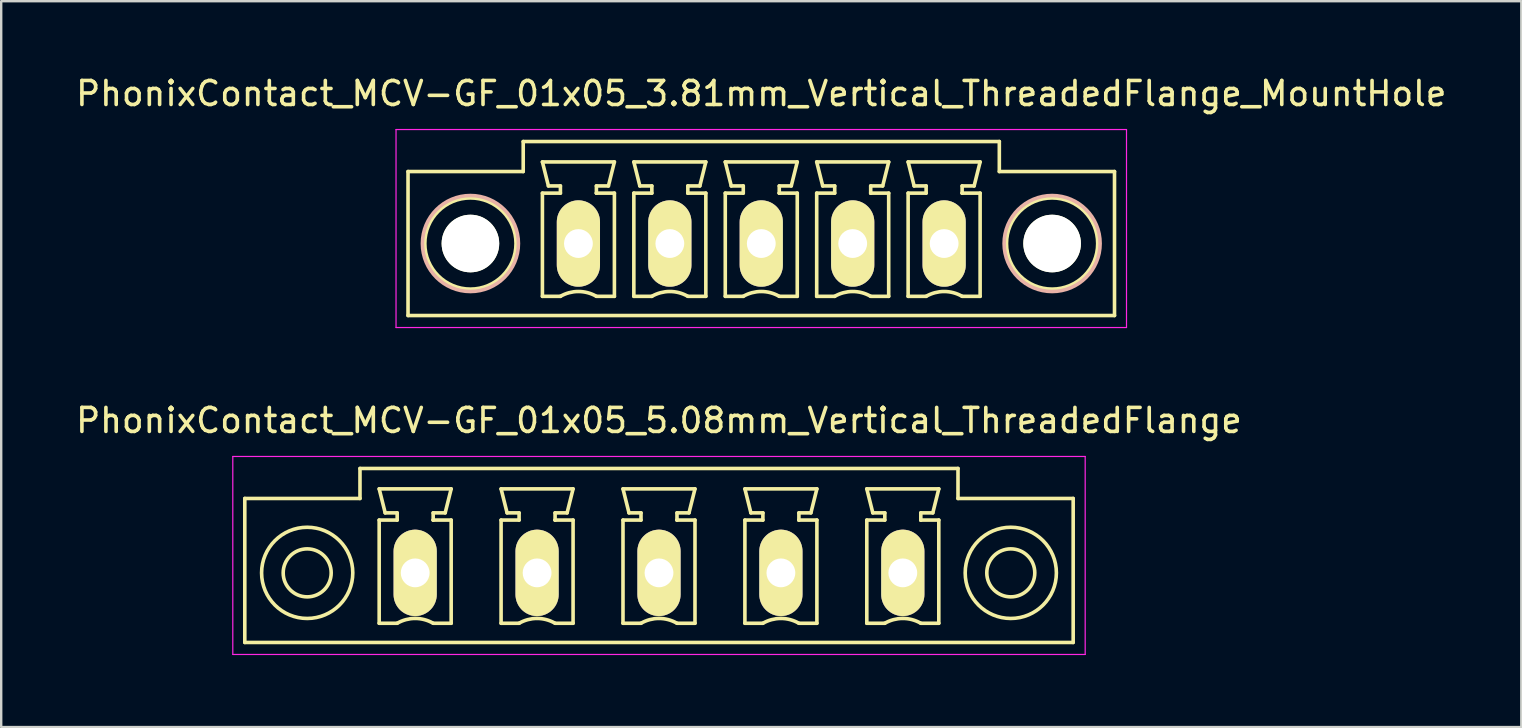
<source format=kicad_pcb>
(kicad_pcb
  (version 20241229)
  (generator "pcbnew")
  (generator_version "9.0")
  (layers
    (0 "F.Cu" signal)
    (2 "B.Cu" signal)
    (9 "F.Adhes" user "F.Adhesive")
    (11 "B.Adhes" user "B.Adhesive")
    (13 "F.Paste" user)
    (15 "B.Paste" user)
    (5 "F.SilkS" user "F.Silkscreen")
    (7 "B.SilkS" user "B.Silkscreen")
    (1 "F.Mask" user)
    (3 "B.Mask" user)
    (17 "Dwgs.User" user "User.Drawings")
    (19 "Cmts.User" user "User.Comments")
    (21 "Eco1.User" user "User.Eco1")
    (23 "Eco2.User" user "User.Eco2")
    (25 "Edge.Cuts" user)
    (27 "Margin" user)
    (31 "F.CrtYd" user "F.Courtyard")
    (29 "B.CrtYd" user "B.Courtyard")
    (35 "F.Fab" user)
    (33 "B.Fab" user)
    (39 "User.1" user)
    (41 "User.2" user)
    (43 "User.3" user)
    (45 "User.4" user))
  (footprint "PhonixContact_MCV-GF_01x05_3.81mm_Vertical_ThreadedFlange_MountHole"
    (layer "F.Cu")
    (at 21.053 7.098)
    (property "Reference" "PhonixContact_MCV-GF_01x05_3.81mm_Vertical_ThreadedFlange_MountHole" (at 7.62 -6.25 0) (layer "F.SilkS") (effects (font (size 1 1) (thickness 0.15))))
    (attr through_hole)
    (fp_line (start -7.1 -3) (end -7.1 3) (stroke (width 0.15) (type solid)) (layer "F.SilkS"))
    (fp_line (start -7.1 3) (end 22.34 3) (stroke (width 0.15) (type solid)) (layer "F.SilkS"))
    (fp_line (start -2.3 -4.25) (end -2.3 -3) (stroke (width 0.15) (type solid)) (layer "F.SilkS"))
    (fp_line (start -2.3 -3) (end -7.1 -3) (stroke (width 0.15) (type solid)) (layer "F.SilkS"))
    (fp_line (start -1.5 -3.4) (end 1.5 -3.4) (stroke (width 0.15) (type solid)) (layer "F.SilkS"))
    (fp_line (start -1.5 -2.1) (end -0.75 -2.1) (stroke (width 0.15) (type solid)) (layer "F.SilkS"))
    (fp_line (start -1.5 2.2) (end -1.5 -2.1) (stroke (width 0.15) (type solid)) (layer "F.SilkS"))
    (fp_line (start -1.25 -2.4) (end -1.5 -3.4) (stroke (width 0.15) (type solid)) (layer "F.SilkS"))
    (fp_line (start -0.75 -2.4) (end -1.25 -2.4) (stroke (width 0.15) (type solid)) (layer "F.SilkS"))
    (fp_line (start -0.75 -2.1) (end -0.75 -2.4) (stroke (width 0.15) (type solid)) (layer "F.SilkS"))
    (fp_line (start -0.75 2.2) (end -1.5 2.2) (stroke (width 0.15) (type solid)) (layer "F.SilkS"))
    (fp_line (start 0.75 -2.4) (end 0.75 -2.1) (stroke (width 0.15) (type solid)) (layer "F.SilkS"))
    (fp_line (start 0.75 -2.1) (end 0.75 -2.1) (stroke (width 0.15) (type solid)) (layer "F.SilkS"))
    (fp_line (start 0.75 -2.1) (end 1.5 -2.1) (stroke (width 0.15) (type solid)) (layer "F.SilkS"))
    (fp_line (start 1.25 -2.4) (end 0.75 -2.4) (stroke (width 0.15) (type solid)) (layer "F.SilkS"))
    (fp_line (start 1.5 -3.4) (end 1.25 -2.4) (stroke (width 0.15) (type solid)) (layer "F.SilkS"))
    (fp_line (start 1.5 -2.1) (end 1.5 2.2) (stroke (width 0.15) (type solid)) (layer "F.SilkS"))
    (fp_line (start 1.5 2.2) (end 0.75 2.2) (stroke (width 0.15) (type solid)) (layer "F.SilkS"))
    (fp_line (start 2.31 -3.4) (end 5.31 -3.4) (stroke (width 0.15) (type solid)) (layer "F.SilkS"))
    (fp_line (start 2.31 -2.1) (end 3.06 -2.1) (stroke (width 0.15) (type solid)) (layer "F.SilkS"))
    (fp_line (start 2.31 2.2) (end 2.31 -2.1) (stroke (width 0.15) (type solid)) (layer "F.SilkS"))
    (fp_line (start 2.56 -2.4) (end 2.31 -3.4) (stroke (width 0.15) (type solid)) (layer "F.SilkS"))
    (fp_line (start 3.06 -2.4) (end 2.56 -2.4) (stroke (width 0.15) (type solid)) (layer "F.SilkS"))
    (fp_line (start 3.06 -2.1) (end 3.06 -2.4) (stroke (width 0.15) (type solid)) (layer "F.SilkS"))
    (fp_line (start 3.06 2.2) (end 2.31 2.2) (stroke (width 0.15) (type solid)) (layer "F.SilkS"))
    (fp_line (start 4.56 -2.4) (end 4.56 -2.1) (stroke (width 0.15) (type solid)) (layer "F.SilkS"))
    (fp_line (start 4.56 -2.1) (end 4.56 -2.1) (stroke (width 0.15) (type solid)) (layer "F.SilkS"))
    (fp_line (start 4.56 -2.1) (end 5.31 -2.1) (stroke (width 0.15) (type solid)) (layer "F.SilkS"))
    (fp_line (start 5.06 -2.4) (end 4.56 -2.4) (stroke (width 0.15) (type solid)) (layer "F.SilkS"))
    (fp_line (start 5.31 -3.4) (end 5.06 -2.4) (stroke (width 0.15) (type solid)) (layer "F.SilkS"))
    (fp_line (start 5.31 -2.1) (end 5.31 2.2) (stroke (width 0.15) (type solid)) (layer "F.SilkS"))
    (fp_line (start 5.31 2.2) (end 4.56 2.2) (stroke (width 0.15) (type solid)) (layer "F.SilkS"))
    (fp_line (start 6.12 -3.4) (end 9.12 -3.4) (stroke (width 0.15) (type solid)) (layer "F.SilkS"))
    (fp_line (start 6.12 -2.1) (end 6.87 -2.1) (stroke (width 0.15) (type solid)) (layer "F.SilkS"))
    (fp_line (start 6.12 2.2) (end 6.12 -2.1) (stroke (width 0.15) (type solid)) (layer "F.SilkS"))
    (fp_line (start 6.37 -2.4) (end 6.12 -3.4) (stroke (width 0.15) (type solid)) (layer "F.SilkS"))
    (fp_line (start 6.87 -2.4) (end 6.37 -2.4) (stroke (width 0.15) (type solid)) (layer "F.SilkS"))
    (fp_line (start 6.87 -2.1) (end 6.87 -2.4) (stroke (width 0.15) (type solid)) (layer "F.SilkS"))
    (fp_line (start 6.87 2.2) (end 6.12 2.2) (stroke (width 0.15) (type solid)) (layer "F.SilkS"))
    (fp_line (start 8.37 -2.4) (end 8.37 -2.1) (stroke (width 0.15) (type solid)) (layer "F.SilkS"))
    (fp_line (start 8.37 -2.1) (end 8.37 -2.1) (stroke (width 0.15) (type solid)) (layer "F.SilkS"))
    (fp_line (start 8.37 -2.1) (end 9.12 -2.1) (stroke (width 0.15) (type solid)) (layer "F.SilkS"))
    (fp_line (start 8.87 -2.4) (end 8.37 -2.4) (stroke (width 0.15) (type solid)) (layer "F.SilkS"))
    (fp_line (start 9.12 -3.4) (end 8.87 -2.4) (stroke (width 0.15) (type solid)) (layer "F.SilkS"))
    (fp_line (start 9.12 -2.1) (end 9.12 2.2) (stroke (width 0.15) (type solid)) (layer "F.SilkS"))
    (fp_line (start 9.12 2.2) (end 8.37 2.2) (stroke (width 0.15) (type solid)) (layer "F.SilkS"))
    (fp_line (start 9.93 -3.4) (end 12.93 -3.4) (stroke (width 0.15) (type solid)) (layer "F.SilkS"))
    (fp_line (start 9.93 -2.1) (end 10.68 -2.1) (stroke (width 0.15) (type solid)) (layer "F.SilkS"))
    (fp_line (start 9.93 2.2) (end 9.93 -2.1) (stroke (width 0.15) (type solid)) (layer "F.SilkS"))
    (fp_line (start 10.18 -2.4) (end 9.93 -3.4) (stroke (width 0.15) (type solid)) (layer "F.SilkS"))
    (fp_line (start 10.68 -2.4) (end 10.18 -2.4) (stroke (width 0.15) (type solid)) (layer "F.SilkS"))
    (fp_line (start 10.68 -2.1) (end 10.68 -2.4) (stroke (width 0.15) (type solid)) (layer "F.SilkS"))
    (fp_line (start 10.68 2.2) (end 9.93 2.2) (stroke (width 0.15) (type solid)) (layer "F.SilkS"))
    (fp_line (start 12.18 -2.4) (end 12.18 -2.1) (stroke (width 0.15) (type solid)) (layer "F.SilkS"))
    (fp_line (start 12.18 -2.1) (end 12.18 -2.1) (stroke (width 0.15) (type solid)) (layer "F.SilkS"))
    (fp_line (start 12.18 -2.1) (end 12.93 -2.1) (stroke (width 0.15) (type solid)) (layer "F.SilkS"))
    (fp_line (start 12.68 -2.4) (end 12.18 -2.4) (stroke (width 0.15) (type solid)) (layer "F.SilkS"))
    (fp_line (start 12.93 -3.4) (end 12.68 -2.4) (stroke (width 0.15) (type solid)) (layer "F.SilkS"))
    (fp_line (start 12.93 -2.1) (end 12.93 2.2) (stroke (width 0.15) (type solid)) (layer "F.SilkS"))
    (fp_line (start 12.93 2.2) (end 12.18 2.2) (stroke (width 0.15) (type solid)) (layer "F.SilkS"))
    (fp_line (start 13.74 -3.4) (end 16.74 -3.4) (stroke (width 0.15) (type solid)) (layer "F.SilkS"))
    (fp_line (start 13.74 -2.1) (end 14.49 -2.1) (stroke (width 0.15) (type solid)) (layer "F.SilkS"))
    (fp_line (start 13.74 2.2) (end 13.74 -2.1) (stroke (width 0.15) (type solid)) (layer "F.SilkS"))
    (fp_line (start 13.99 -2.4) (end 13.74 -3.4) (stroke (width 0.15) (type solid)) (layer "F.SilkS"))
    (fp_line (start 14.49 -2.4) (end 13.99 -2.4) (stroke (width 0.15) (type solid)) (layer "F.SilkS"))
    (fp_line (start 14.49 -2.1) (end 14.49 -2.4) (stroke (width 0.15) (type solid)) (layer "F.SilkS"))
    (fp_line (start 14.49 2.2) (end 13.74 2.2) (stroke (width 0.15) (type solid)) (layer "F.SilkS"))
    (fp_line (start 15.99 -2.4) (end 15.99 -2.1) (stroke (width 0.15) (type solid)) (layer "F.SilkS"))
    (fp_line (start 15.99 -2.1) (end 15.99 -2.1) (stroke (width 0.15) (type solid)) (layer "F.SilkS"))
    (fp_line (start 15.99 -2.1) (end 16.74 -2.1) (stroke (width 0.15) (type solid)) (layer "F.SilkS"))
    (fp_line (start 16.49 -2.4) (end 15.99 -2.4) (stroke (width 0.15) (type solid)) (layer "F.SilkS"))
    (fp_line (start 16.74 -3.4) (end 16.49 -2.4) (stroke (width 0.15) (type solid)) (layer "F.SilkS"))
    (fp_line (start 16.74 -2.1) (end 16.74 2.2) (stroke (width 0.15) (type solid)) (layer "F.SilkS"))
    (fp_line (start 16.74 2.2) (end 15.99 2.2) (stroke (width 0.15) (type solid)) (layer "F.SilkS"))
    (fp_line (start 17.54 -4.25) (end -2.3 -4.25) (stroke (width 0.15) (type solid)) (layer "F.SilkS"))
    (fp_line (start 17.54 -3) (end 17.54 -4.25) (stroke (width 0.15) (type solid)) (layer "F.SilkS"))
    (fp_line (start 22.34 -3) (end 17.54 -3) (stroke (width 0.15) (type solid)) (layer "F.SilkS"))
    (fp_line (start 22.34 3) (end 22.34 -3) (stroke (width 0.15) (type solid)) (layer "F.SilkS"))
    (fp_arc (start -0.75 2.2) (mid -0.006068 1.999179) (end 0.739464 2.193978) (stroke (width 0.15) (type solid)) (layer "F.SilkS"))
    (fp_arc (start 3.06 2.2) (mid 3.803932 1.999179) (end 4.549464 2.193978) (stroke (width 0.15) (type solid)) (layer "F.SilkS"))
    (fp_arc (start 6.87 2.2) (mid 7.613932 1.999179) (end 8.359464 2.193978) (stroke (width 0.15) (type solid)) (layer "F.SilkS"))
    (fp_arc (start 10.68 2.2) (mid 11.423932 1.999179) (end 12.169464 2.193978) (stroke (width 0.15) (type solid)) (layer "F.SilkS"))
    (fp_arc (start 14.49 2.2) (mid 15.233932 1.999179) (end 15.979464 2.193978) (stroke (width 0.15) (type solid)) (layer "F.SilkS"))
    (fp_circle (center -4.5 0) (end -2.6 0) (stroke (width 0.15) (type solid)) (fill no) (layer "F.SilkS"))
    (fp_circle (center 19.74 0) (end 21.64 0) (stroke (width 0.15) (type solid)) (fill no) (layer "F.SilkS"))
    (fp_circle (center -4.5 0) (end -2.5 0) (stroke (width 0.15) (type solid)) (fill no) (layer "B.SilkS"))
    (fp_circle (center 19.74 0) (end 21.74 0) (stroke (width 0.15) (type solid)) (fill no) (layer "B.SilkS"))
    (fp_line (start -7.6 -4.75) (end -7.6 3.5) (stroke (width 0.05) (type solid)) (layer "F.CrtYd"))
    (fp_line (start -7.6 3.5) (end 22.84 3.5) (stroke (width 0.05) (type solid)) (layer "F.CrtYd"))
    (fp_line (start 22.84 -4.75) (end -7.6 -4.75) (stroke (width 0.05) (type solid)) (layer "F.CrtYd"))
    (fp_line (start 22.84 3.5) (end 22.84 -4.75) (stroke (width 0.05) (type solid)) (layer "F.CrtYd"))
    (pad "" np_thru_hole circle (at -4.5 0) (size 2.4 2.4) (drill 2.4) (layers "*.Cu" "*.Mask" "F.SilkS"))
    (pad "" np_thru_hole circle (at 19.74 0) (size 2.4 2.4) (drill 2.4) (layers "*.Cu" "*.Mask" "F.SilkS"))
    (pad "1" thru_hole oval (at 0 0) (size 1.8 3.6) (drill 1.2) (layers "*.Cu" "*.Mask" "F.SilkS"))
    (pad "2" thru_hole oval (at 3.81 0) (size 1.8 3.6) (drill 1.2) (layers "*.Cu" "*.Mask" "F.SilkS"))
    (pad "3" thru_hole oval (at 7.62 0) (size 1.8 3.6) (drill 1.2) (layers "*.Cu" "*.Mask" "F.SilkS"))
    (pad "4" thru_hole oval (at 11.43 0) (size 1.8 3.6) (drill 1.2) (layers "*.Cu" "*.Mask" "F.SilkS"))
    (pad "5" thru_hole oval (at 15.24 0) (size 1.8 3.6) (drill 1.2) (layers "*.Cu" "*.Mask" "F.SilkS")))
  (footprint "PhonixContact_MCV-GF_01x05_5.08mm_Vertical_ThreadedFlange"
    (layer "F.Cu")
    (at 14.251 20.822)
    (property "Reference" "PhonixContact_MCV-GF_01x05_5.08mm_Vertical_ThreadedFlange" (at 10.16 -6.35 0) (layer "F.SilkS") (effects (font (size 1 1) (thickness 0.15))))
    (attr through_hole)
    (fp_line (start -7.1 -3.1) (end -7.1 2.9) (stroke (width 0.15) (type solid)) (layer "F.SilkS"))
    (fp_line (start -7.1 2.9) (end 27.42 2.9) (stroke (width 0.15) (type solid)) (layer "F.SilkS"))
    (fp_line (start -2.3 -4.35) (end -2.3 -3.1) (stroke (width 0.15) (type solid)) (layer "F.SilkS"))
    (fp_line (start -2.3 -3.1) (end -7.1 -3.1) (stroke (width 0.15) (type solid)) (layer "F.SilkS"))
    (fp_line (start -1.5 -3.5) (end 1.5 -3.5) (stroke (width 0.15) (type solid)) (layer "F.SilkS"))
    (fp_line (start -1.5 -2.2) (end -0.75 -2.2) (stroke (width 0.15) (type solid)) (layer "F.SilkS"))
    (fp_line (start -1.5 2.1) (end -1.5 -2.2) (stroke (width 0.15) (type solid)) (layer "F.SilkS"))
    (fp_line (start -1.25 -2.5) (end -1.5 -3.5) (stroke (width 0.15) (type solid)) (layer "F.SilkS"))
    (fp_line (start -0.75 -2.5) (end -1.25 -2.5) (stroke (width 0.15) (type solid)) (layer "F.SilkS"))
    (fp_line (start -0.75 -2.2) (end -0.75 -2.5) (stroke (width 0.15) (type solid)) (layer "F.SilkS"))
    (fp_line (start -0.75 2.1) (end -1.5 2.1) (stroke (width 0.15) (type solid)) (layer "F.SilkS"))
    (fp_line (start 0.75 -2.5) (end 0.75 -2.2) (stroke (width 0.15) (type solid)) (layer "F.SilkS"))
    (fp_line (start 0.75 -2.2) (end 0.75 -2.2) (stroke (width 0.15) (type solid)) (layer "F.SilkS"))
    (fp_line (start 0.75 -2.2) (end 1.5 -2.2) (stroke (width 0.15) (type solid)) (layer "F.SilkS"))
    (fp_line (start 1.25 -2.5) (end 0.75 -2.5) (stroke (width 0.15) (type solid)) (layer "F.SilkS"))
    (fp_line (start 1.5 -3.5) (end 1.25 -2.5) (stroke (width 0.15) (type solid)) (layer "F.SilkS"))
    (fp_line (start 1.5 -2.2) (end 1.5 2.1) (stroke (width 0.15) (type solid)) (layer "F.SilkS"))
    (fp_line (start 1.5 2.1) (end 0.75 2.1) (stroke (width 0.15) (type solid)) (layer "F.SilkS"))
    (fp_line (start 3.58 -3.5) (end 6.58 -3.5) (stroke (width 0.15) (type solid)) (layer "F.SilkS"))
    (fp_line (start 3.58 -2.2) (end 4.33 -2.2) (stroke (width 0.15) (type solid)) (layer "F.SilkS"))
    (fp_line (start 3.58 2.1) (end 3.58 -2.2) (stroke (width 0.15) (type solid)) (layer "F.SilkS"))
    (fp_line (start 3.83 -2.5) (end 3.58 -3.5) (stroke (width 0.15) (type solid)) (layer "F.SilkS"))
    (fp_line (start 4.33 -2.5) (end 3.83 -2.5) (stroke (width 0.15) (type solid)) (layer "F.SilkS"))
    (fp_line (start 4.33 -2.2) (end 4.33 -2.5) (stroke (width 0.15) (type solid)) (layer "F.SilkS"))
    (fp_line (start 4.33 2.1) (end 3.58 2.1) (stroke (width 0.15) (type solid)) (layer "F.SilkS"))
    (fp_line (start 5.83 -2.5) (end 5.83 -2.2) (stroke (width 0.15) (type solid)) (layer "F.SilkS"))
    (fp_line (start 5.83 -2.2) (end 5.83 -2.2) (stroke (width 0.15) (type solid)) (layer "F.SilkS"))
    (fp_line (start 5.83 -2.2) (end 6.58 -2.2) (stroke (width 0.15) (type solid)) (layer "F.SilkS"))
    (fp_line (start 6.33 -2.5) (end 5.83 -2.5) (stroke (width 0.15) (type solid)) (layer "F.SilkS"))
    (fp_line (start 6.58 -3.5) (end 6.33 -2.5) (stroke (width 0.15) (type solid)) (layer "F.SilkS"))
    (fp_line (start 6.58 -2.2) (end 6.58 2.1) (stroke (width 0.15) (type solid)) (layer "F.SilkS"))
    (fp_line (start 6.58 2.1) (end 5.83 2.1) (stroke (width 0.15) (type solid)) (layer "F.SilkS"))
    (fp_line (start 8.66 -3.5) (end 11.66 -3.5) (stroke (width 0.15) (type solid)) (layer "F.SilkS"))
    (fp_line (start 8.66 -2.2) (end 9.41 -2.2) (stroke (width 0.15) (type solid)) (layer "F.SilkS"))
    (fp_line (start 8.66 2.1) (end 8.66 -2.2) (stroke (width 0.15) (type solid)) (layer "F.SilkS"))
    (fp_line (start 8.91 -2.5) (end 8.66 -3.5) (stroke (width 0.15) (type solid)) (layer "F.SilkS"))
    (fp_line (start 9.41 -2.5) (end 8.91 -2.5) (stroke (width 0.15) (type solid)) (layer "F.SilkS"))
    (fp_line (start 9.41 -2.2) (end 9.41 -2.5) (stroke (width 0.15) (type solid)) (layer "F.SilkS"))
    (fp_line (start 9.41 2.1) (end 8.66 2.1) (stroke (width 0.15) (type solid)) (layer "F.SilkS"))
    (fp_line (start 10.91 -2.5) (end 10.91 -2.2) (stroke (width 0.15) (type solid)) (layer "F.SilkS"))
    (fp_line (start 10.91 -2.2) (end 10.91 -2.2) (stroke (width 0.15) (type solid)) (layer "F.SilkS"))
    (fp_line (start 10.91 -2.2) (end 11.66 -2.2) (stroke (width 0.15) (type solid)) (layer "F.SilkS"))
    (fp_line (start 11.41 -2.5) (end 10.91 -2.5) (stroke (width 0.15) (type solid)) (layer "F.SilkS"))
    (fp_line (start 11.66 -3.5) (end 11.41 -2.5) (stroke (width 0.15) (type solid)) (layer "F.SilkS"))
    (fp_line (start 11.66 -2.2) (end 11.66 2.1) (stroke (width 0.15) (type solid)) (layer "F.SilkS"))
    (fp_line (start 11.66 2.1) (end 10.91 2.1) (stroke (width 0.15) (type solid)) (layer "F.SilkS"))
    (fp_line (start 13.74 -3.5) (end 16.74 -3.5) (stroke (width 0.15) (type solid)) (layer "F.SilkS"))
    (fp_line (start 13.74 -2.2) (end 14.49 -2.2) (stroke (width 0.15) (type solid)) (layer "F.SilkS"))
    (fp_line (start 13.74 2.1) (end 13.74 -2.2) (stroke (width 0.15) (type solid)) (layer "F.SilkS"))
    (fp_line (start 13.99 -2.5) (end 13.74 -3.5) (stroke (width 0.15) (type solid)) (layer "F.SilkS"))
    (fp_line (start 14.49 -2.5) (end 13.99 -2.5) (stroke (width 0.15) (type solid)) (layer "F.SilkS"))
    (fp_line (start 14.49 -2.2) (end 14.49 -2.5) (stroke (width 0.15) (type solid)) (layer "F.SilkS"))
    (fp_line (start 14.49 2.1) (end 13.74 2.1) (stroke (width 0.15) (type solid)) (layer "F.SilkS"))
    (fp_line (start 15.99 -2.5) (end 15.99 -2.2) (stroke (width 0.15) (type solid)) (layer "F.SilkS"))
    (fp_line (start 15.99 -2.2) (end 15.99 -2.2) (stroke (width 0.15) (type solid)) (layer "F.SilkS"))
    (fp_line (start 15.99 -2.2) (end 16.74 -2.2) (stroke (width 0.15) (type solid)) (layer "F.SilkS"))
    (fp_line (start 16.49 -2.5) (end 15.99 -2.5) (stroke (width 0.15) (type solid)) (layer "F.SilkS"))
    (fp_line (start 16.74 -3.5) (end 16.49 -2.5) (stroke (width 0.15) (type solid)) (layer "F.SilkS"))
    (fp_line (start 16.74 -2.2) (end 16.74 2.1) (stroke (width 0.15) (type solid)) (layer "F.SilkS"))
    (fp_line (start 16.74 2.1) (end 15.99 2.1) (stroke (width 0.15) (type solid)) (layer "F.SilkS"))
    (fp_line (start 18.82 -3.5) (end 21.82 -3.5) (stroke (width 0.15) (type solid)) (layer "F.SilkS"))
    (fp_line (start 18.82 -2.2) (end 19.57 -2.2) (stroke (width 0.15) (type solid)) (layer "F.SilkS"))
    (fp_line (start 18.82 2.1) (end 18.82 -2.2) (stroke (width 0.15) (type solid)) (layer "F.SilkS"))
    (fp_line (start 19.07 -2.5) (end 18.82 -3.5) (stroke (width 0.15) (type solid)) (layer "F.SilkS"))
    (fp_line (start 19.57 -2.5) (end 19.07 -2.5) (stroke (width 0.15) (type solid)) (layer "F.SilkS"))
    (fp_line (start 19.57 -2.2) (end 19.57 -2.5) (stroke (width 0.15) (type solid)) (layer "F.SilkS"))
    (fp_line (start 19.57 2.1) (end 18.82 2.1) (stroke (width 0.15) (type solid)) (layer "F.SilkS"))
    (fp_line (start 21.07 -2.5) (end 21.07 -2.2) (stroke (width 0.15) (type solid)) (layer "F.SilkS"))
    (fp_line (start 21.07 -2.2) (end 21.07 -2.2) (stroke (width 0.15) (type solid)) (layer "F.SilkS"))
    (fp_line (start 21.07 -2.2) (end 21.82 -2.2) (stroke (width 0.15) (type solid)) (layer "F.SilkS"))
    (fp_line (start 21.57 -2.5) (end 21.07 -2.5) (stroke (width 0.15) (type solid)) (layer "F.SilkS"))
    (fp_line (start 21.82 -3.5) (end 21.57 -2.5) (stroke (width 0.15) (type solid)) (layer "F.SilkS"))
    (fp_line (start 21.82 -2.2) (end 21.82 2.1) (stroke (width 0.15) (type solid)) (layer "F.SilkS"))
    (fp_line (start 21.82 2.1) (end 21.07 2.1) (stroke (width 0.15) (type solid)) (layer "F.SilkS"))
    (fp_line (start 22.62 -4.35) (end -2.3 -4.35) (stroke (width 0.15) (type solid)) (layer "F.SilkS"))
    (fp_line (start 22.62 -3.1) (end 22.62 -4.35) (stroke (width 0.15) (type solid)) (layer "F.SilkS"))
    (fp_line (start 27.42 -3.1) (end 22.62 -3.1) (stroke (width 0.15) (type solid)) (layer "F.SilkS"))
    (fp_line (start 27.42 2.9) (end 27.42 -3.1) (stroke (width 0.15) (type solid)) (layer "F.SilkS"))
    (fp_arc (start -0.75 2.1) (mid -0.006068 1.899179) (end 0.739464 2.093978) (stroke (width 0.15) (type solid)) (layer "F.SilkS"))
    (fp_arc (start 4.33 2.1) (mid 5.073932 1.899179) (end 5.819464 2.093978) (stroke (width 0.15) (type solid)) (layer "F.SilkS"))
    (fp_arc (start 9.41 2.1) (mid 10.153932 1.899179) (end 10.899464 2.093978) (stroke (width 0.15) (type solid)) (layer "F.SilkS"))
    (fp_arc (start 14.49 2.1) (mid 15.233932 1.899179) (end 15.979464 2.093978) (stroke (width 0.15) (type solid)) (layer "F.SilkS"))
    (fp_arc (start 19.57 2.1) (mid 20.313932 1.899179) (end 21.059464 2.093978) (stroke (width 0.15) (type solid)) (layer "F.SilkS"))
    (fp_circle (center -4.5 0) (end -3.5 0) (stroke (width 0.15) (type solid)) (fill no) (layer "F.SilkS"))
    (fp_circle (center -4.5 0) (end -2.6 0) (stroke (width 0.15) (type solid)) (fill no) (layer "F.SilkS"))
    (fp_circle (center 24.82 0) (end 25.82 0) (stroke (width 0.15) (type solid)) (fill no) (layer "F.SilkS"))
    (fp_circle (center 24.82 0) (end 26.72 0) (stroke (width 0.15) (type solid)) (fill no) (layer "F.SilkS"))
    (fp_line (start -7.6 -4.85) (end -7.6 3.4) (stroke (width 0.05) (type solid)) (layer "F.CrtYd"))
    (fp_line (start -7.6 3.4) (end 27.92 3.4) (stroke (width 0.05) (type solid)) (layer "F.CrtYd"))
    (fp_line (start 27.92 -4.85) (end -7.6 -4.85) (stroke (width 0.05) (type solid)) (layer "F.CrtYd"))
    (fp_line (start 27.92 3.4) (end 27.92 -4.85) (stroke (width 0.05) (type solid)) (layer "F.CrtYd"))
    (pad "1" thru_hole oval (at 0 0) (size 1.8 3.6) (drill 1.2) (layers "*.Cu" "*.Mask" "F.SilkS"))
    (pad "2" thru_hole oval (at 5.08 0) (size 1.8 3.6) (drill 1.2) (layers "*.Cu" "*.Mask" "F.SilkS"))
    (pad "3" thru_hole oval (at 10.16 0) (size 1.8 3.6) (drill 1.2) (layers "*.Cu" "*.Mask" "F.SilkS"))
    (pad "4" thru_hole oval (at 15.24 0) (size 1.8 3.6) (drill 1.2) (layers "*.Cu" "*.Mask" "F.SilkS"))
    (pad "5" thru_hole oval (at 20.32 0) (size 1.8 3.6) (drill 1.2) (layers "*.Cu" "*.Mask" "F.SilkS")))
  (gr_rect
    (start -3 -3)
    (end 60.345 27.247)
    (stroke (width 0.1) (type default))
    (fill no)
    (layer "Edge.Cuts")))
</source>
